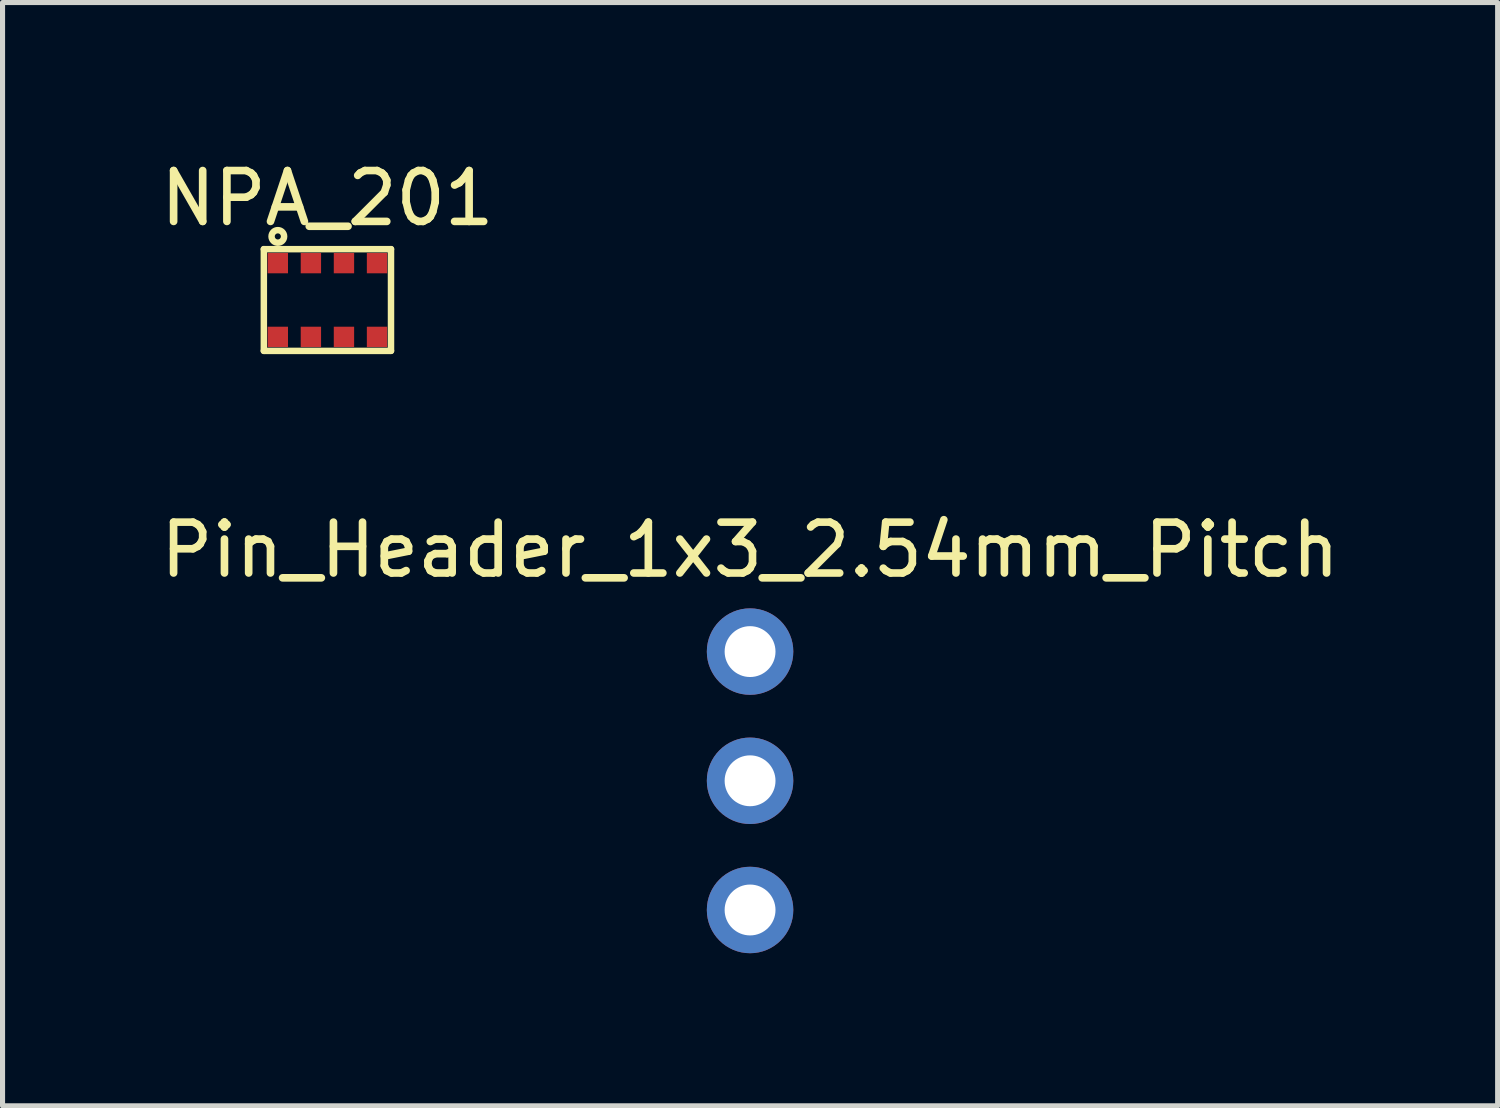
<source format=kicad_pcb>
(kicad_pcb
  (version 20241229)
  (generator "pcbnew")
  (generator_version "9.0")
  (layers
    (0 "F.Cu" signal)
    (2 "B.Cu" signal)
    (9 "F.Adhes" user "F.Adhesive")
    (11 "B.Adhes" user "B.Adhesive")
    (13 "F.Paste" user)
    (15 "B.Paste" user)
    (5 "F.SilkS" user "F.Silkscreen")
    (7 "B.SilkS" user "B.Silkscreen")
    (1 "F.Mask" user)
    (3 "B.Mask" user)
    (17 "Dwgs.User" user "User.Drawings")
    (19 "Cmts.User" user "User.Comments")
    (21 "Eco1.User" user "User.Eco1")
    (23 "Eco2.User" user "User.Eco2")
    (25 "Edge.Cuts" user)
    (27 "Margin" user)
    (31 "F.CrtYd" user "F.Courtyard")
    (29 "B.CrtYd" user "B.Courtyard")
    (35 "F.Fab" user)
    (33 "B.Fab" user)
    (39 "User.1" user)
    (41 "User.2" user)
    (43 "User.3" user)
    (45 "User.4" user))
  (footprint "NPA_201"
    (layer "F.Cu")
    (at 3.387 2.848)
    (property "Reference" "NPA_201" (at 0 -2 0) (layer "F.SilkS") (effects (font (size 1 1) (thickness 0.15))))
    (attr through_hole)
    (fp_line (start -1.25 -1) (end 1.25 -1) (stroke (width 0.127) (type solid)) (layer "F.SilkS"))
    (fp_line (start -1.25 1) (end -1.25 -1) (stroke (width 0.127) (type solid)) (layer "F.SilkS"))
    (fp_line (start 1.25 -1) (end 1.25 1) (stroke (width 0.127) (type solid)) (layer "F.SilkS"))
    (fp_line (start 1.25 1) (end -1.25 1) (stroke (width 0.127) (type solid)) (layer "F.SilkS"))
    (fp_circle (center -0.975 -1.25) (end -0.975 -1.19) (stroke (width 0.127) (type solid)) (fill no) (layer "F.SilkS"))
    (pad "1" smd rect (at -0.975 -0.725) (size 0.4 0.4) (layers "F.Cu" "F.Mask" "F.Paste"))
    (pad "2" smd rect (at -0.325 -0.725) (size 0.4 0.4) (layers "F.Cu" "F.Mask" "F.Paste"))
    (pad "3" smd rect (at 0.325 -0.725) (size 0.4 0.4) (layers "F.Cu" "F.Mask" "F.Paste"))
    (pad "4" smd rect (at 0.975 -0.725) (size 0.4 0.4) (layers "F.Cu" "F.Mask" "F.Paste"))
    (pad "5" smd rect (at 0.975 0.725) (size 0.4 0.4) (layers "F.Cu" "F.Mask" "F.Paste"))
    (pad "6" smd rect (at 0.325 0.725) (size 0.4 0.4) (layers "F.Cu" "F.Mask" "F.Paste"))
    (pad "7" smd rect (at -0.325 0.725) (size 0.4 0.4) (layers "F.Cu" "F.Mask" "F.Paste"))
    (pad "8" smd rect (at -0.975 0.725) (size 0.4 0.4) (layers "F.Cu" "F.Mask" "F.Paste")))
  (footprint "Pin_Header_1x3_2.54mm_Pitch"
    (layer "F.Cu")
    (at 11.696 9.76)
    (property "Reference" "Pin_Header_1x3_2.54mm_Pitch" (at 0 -2 0) (layer "F.SilkS") (effects (font (size 1 1) (thickness 0.15))))
    (attr through_hole)
    (pad "1" thru_hole circle (at 0 0) (size 1.7 1.7) (drill 1) (layers "*.Cu" "*.Mask"))
    (pad "2" thru_hole circle (at 0 2.54) (size 1.7 1.7) (drill 1) (layers "*.Cu" "*.Mask"))
    (pad "3" thru_hole circle (at 0 5.08) (size 1.7 1.7) (drill 1) (layers "*.Cu" "*.Mask")))
  (gr_rect
    (start -3 -3)
    (end 26.393 18.69)
    (stroke (width 0.1) (type default))
    (fill no)
    (layer "Edge.Cuts")))
</source>
